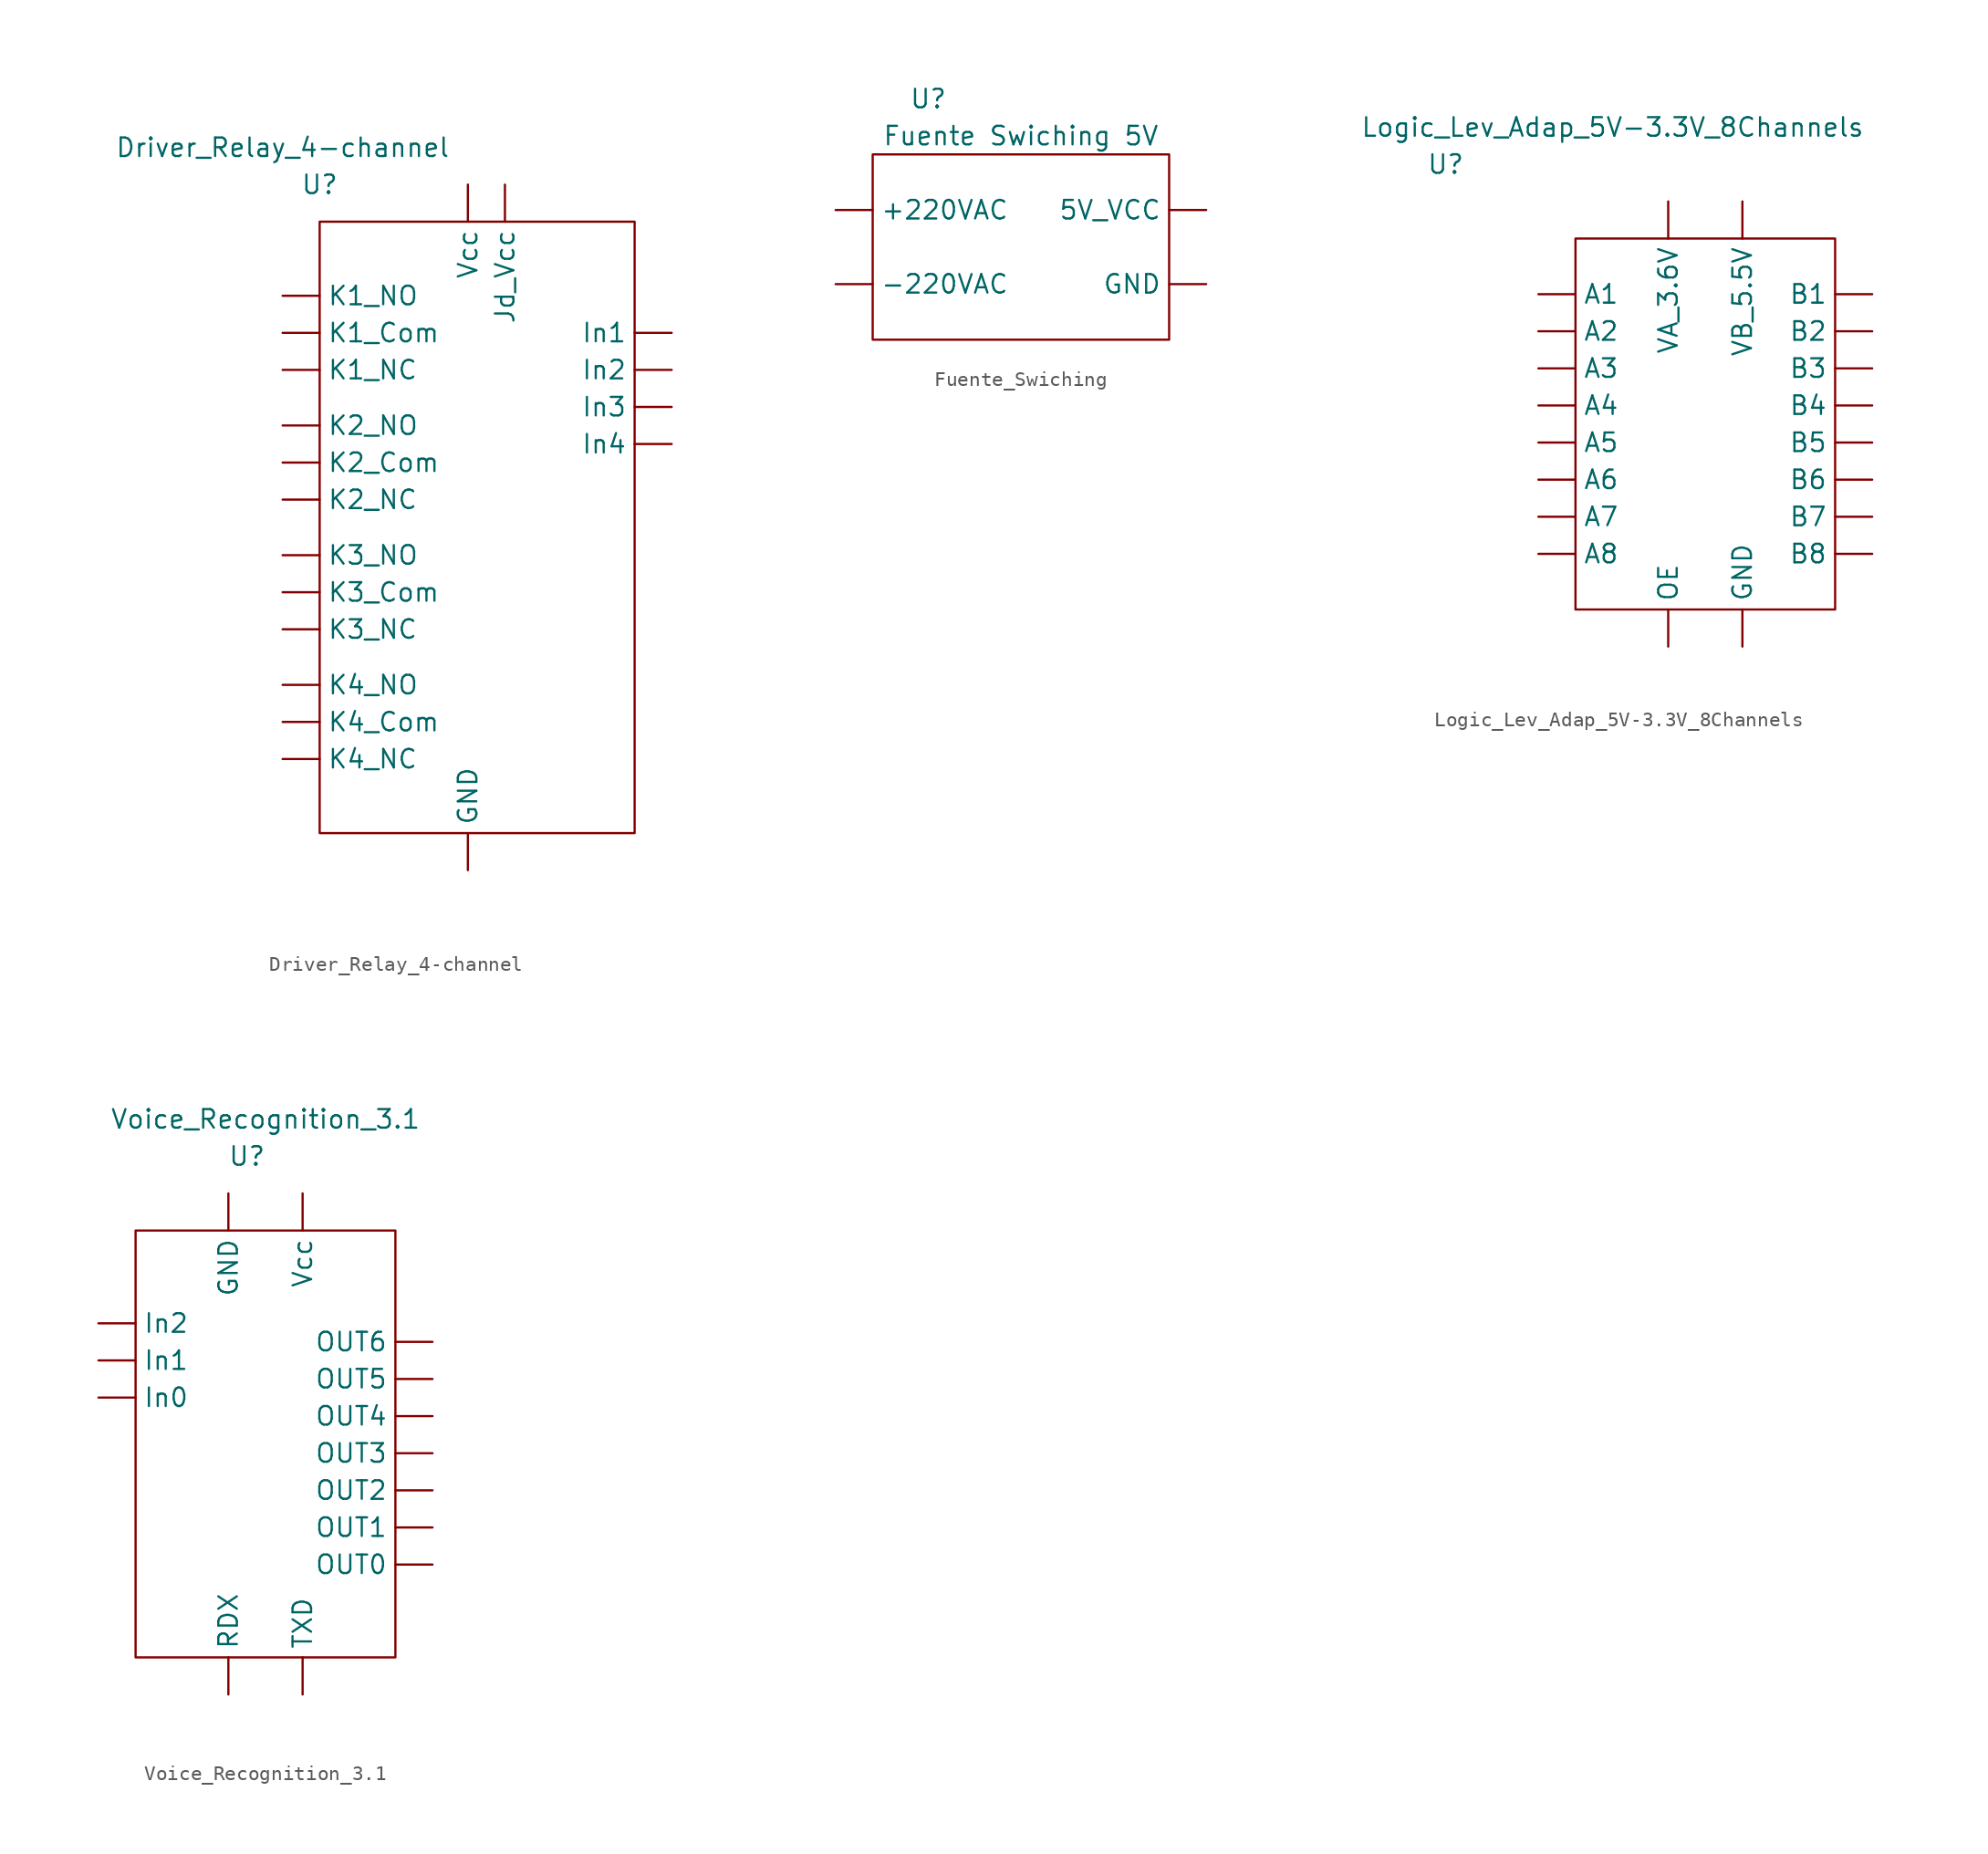
<source format=kicad_sym>
(kicad_symbol_lib
  (version 20220914)
  (generator kicad_symbol_editor)
  (symbol "Driver_Relay_4-channel"
    (property "Reference" "U"
      (at -10.16 22.86 0)
      (effects (font (size 1.27 1.27))))
    (property "Value" "Driver_Relay_4-channel"
      (at -12.7 25.4 0)
      (effects (font (size 1.27 1.27))))
    (symbol "Driver_Relay_4-channel_0_1"
      (rectangle (start -10.16 20.32) (end 11.43 -21.59) (stroke (width 0) (type default)) (fill (type none))))
    (symbol "Driver_Relay_4-channel_1_1"
      (pin power_in line (at 0 -24.13 90) (length 2.54) (name "GND" (effects (font (size 1.27 1.27)))) (number "" (effects (font (size 1.27 1.27)))))
      (pin input line (at 13.97 12.7 180) (length 2.54) (name "In1" (effects (font (size 1.27 1.27)))) (number "" (effects (font (size 1.27 1.27)))))
      (pin input line (at 13.97 10.16 180) (length 2.54) (name "In2" (effects (font (size 1.27 1.27)))) (number "" (effects (font (size 1.27 1.27)))))
      (pin input line (at 13.97 7.62 180) (length 2.54) (name "In3" (effects (font (size 1.27 1.27)))) (number "" (effects (font (size 1.27 1.27)))))
      (pin input line (at 13.97 5.08 180) (length 2.54) (name "In4" (effects (font (size 1.27 1.27)))) (number "" (effects (font (size 1.27 1.27)))))
      (pin power_in line (at 2.54 22.86 270) (length 2.54) (name "Jd_Vcc" (effects (font (size 1.27 1.27)))) (number "" (effects (font (size 1.27 1.27)))))
      (pin output line (at -12.7 12.7 0) (length 2.54) (name "K1_Com" (effects (font (size 1.27 1.27)))) (number "" (effects (font (size 1.27 1.27)))))
      (pin output line (at -12.7 10.16 0) (length 2.54) (name "K1_NC" (effects (font (size 1.27 1.27)))) (number "" (effects (font (size 1.27 1.27)))))
      (pin output line (at -12.7 15.24 0) (length 2.54) (name "K1_NO" (effects (font (size 1.27 1.27)))) (number "" (effects (font (size 1.27 1.27)))))
      (pin output line (at -12.7 3.81 0) (length 2.54) (name "K2_Com" (effects (font (size 1.27 1.27)))) (number "" (effects (font (size 1.27 1.27)))))
      (pin output line (at -12.7 1.27 0) (length 2.54) (name "K2_NC" (effects (font (size 1.27 1.27)))) (number "" (effects (font (size 1.27 1.27)))))
      (pin output line (at -12.7 6.35 0) (length 2.54) (name "K2_NO" (effects (font (size 1.27 1.27)))) (number "" (effects (font (size 1.27 1.27)))))
      (pin output line (at -12.7 -5.08 0) (length 2.54) (name "K3_Com" (effects (font (size 1.27 1.27)))) (number "" (effects (font (size 1.27 1.27)))))
      (pin output line (at -12.7 -7.62 0) (length 2.54) (name "K3_NC" (effects (font (size 1.27 1.27)))) (number "" (effects (font (size 1.27 1.27)))))
      (pin output line (at -12.7 -2.54 0) (length 2.54) (name "K3_NO" (effects (font (size 1.27 1.27)))) (number "" (effects (font (size 1.27 1.27)))))
      (pin output line (at -12.7 -13.97 0) (length 2.54) (name "K4_Com" (effects (font (size 1.27 1.27)))) (number "" (effects (font (size 1.27 1.27)))))
      (pin output line (at -12.7 -16.51 0) (length 2.54) (name "K4_NC" (effects (font (size 1.27 1.27)))) (number "" (effects (font (size 1.27 1.27)))))
      (pin output line (at -12.7 -11.43 0) (length 2.54) (name "K4_NO" (effects (font (size 1.27 1.27)))) (number "" (effects (font (size 1.27 1.27)))))
      (pin power_in line (at 0 22.86 270) (length 2.54) (name "Vcc" (effects (font (size 1.27 1.27)))) (number "" (effects (font (size 1.27 1.27)))))))
  (symbol "Fuente_Swiching"
    (property "Reference" "U"
      (at -6.35 10.16 0)
      (effects (font (size 1.27 1.27))))
    (property "Value" "Fuente Swiching 5V"
      (at 0 7.62 0)
      (effects (font (size 1.27 1.27))))
    (symbol "Fuente_Swiching_0_1"
      (rectangle (start -10.16 6.35) (end 10.16 -6.35) (stroke (width 0) (type default)) (fill (type none))))
    (symbol "Fuente_Swiching_1_1"
      (pin power_in line (at -12.7 2.54 0) (length 2.54) (name "+220VAC" (effects (font (size 1.27 1.27)))) (number "" (effects (font (size 1.27 1.27)))))
      (pin power_in line (at -12.7 -2.54 0) (length 2.54) (name "-220VAC" (effects (font (size 1.27 1.27)))) (number "" (effects (font (size 1.27 1.27)))))
      (pin power_out line (at 12.7 2.54 180) (length 2.54) (name "5V_VCC" (effects (font (size 1.27 1.27)))) (number "" (effects (font (size 1.27 1.27)))))
      (pin power_out line (at 12.7 -2.54 180) (length 2.54) (name "GND" (effects (font (size 1.27 1.27)))) (number "" (effects (font (size 1.27 1.27)))))))
  (symbol "Logic_Lev_Adap_5V-3.3V_8Channels"
    (property "Reference" "U"
      (at -17.78 -1.27 0)
      (effects (font (size 1.27 1.27))))
    (property "Value" "Logic_Lev_Adap_5V-3.3V_8Channels"
      (at -6.35 1.27 0)
      (effects (font (size 1.27 1.27))))
    (symbol "Logic_Lev_Adap_5V-3.3V_8Channels_0_1"
      (rectangle (start -8.89 -6.35) (end 8.89 -31.75) (stroke (width 0) (type default)) (fill (type none))))
    (symbol "Logic_Lev_Adap_5V-3.3V_8Channels_1_1"
      (pin bidirectional line (at -11.43 -10.16 0) (length 2.54) (name "A1" (effects (font (size 1.27 1.27)))) (number "" (effects (font (size 1.27 1.27)))))
      (pin bidirectional line (at -11.43 -12.7 0) (length 2.54) (name "A2" (effects (font (size 1.27 1.27)))) (number "" (effects (font (size 1.27 1.27)))))
      (pin bidirectional line (at -11.43 -15.24 0) (length 2.54) (name "A3" (effects (font (size 1.27 1.27)))) (number "" (effects (font (size 1.27 1.27)))))
      (pin bidirectional line (at -11.43 -17.78 0) (length 2.54) (name "A4" (effects (font (size 1.27 1.27)))) (number "" (effects (font (size 1.27 1.27)))))
      (pin bidirectional line (at -11.43 -20.32 0) (length 2.54) (name "A5" (effects (font (size 1.27 1.27)))) (number "" (effects (font (size 1.27 1.27)))))
      (pin bidirectional line (at -11.43 -22.86 0) (length 2.54) (name "A6" (effects (font (size 1.27 1.27)))) (number "" (effects (font (size 1.27 1.27)))))
      (pin bidirectional line (at -11.43 -25.4 0) (length 2.54) (name "A7" (effects (font (size 1.27 1.27)))) (number "" (effects (font (size 1.27 1.27)))))
      (pin bidirectional line (at -11.43 -27.94 0) (length 2.54) (name "A8" (effects (font (size 1.27 1.27)))) (number "" (effects (font (size 1.27 1.27)))))
      (pin bidirectional line (at 11.43 -10.16 180) (length 2.54) (name "B1" (effects (font (size 1.27 1.27)))) (number "" (effects (font (size 1.27 1.27)))))
      (pin bidirectional line (at 11.43 -12.7 180) (length 2.54) (name "B2" (effects (font (size 1.27 1.27)))) (number "" (effects (font (size 1.27 1.27)))))
      (pin bidirectional line (at 11.43 -15.24 180) (length 2.54) (name "B3" (effects (font (size 1.27 1.27)))) (number "" (effects (font (size 1.27 1.27)))))
      (pin bidirectional line (at 11.43 -17.78 180) (length 2.54) (name "B4" (effects (font (size 1.27 1.27)))) (number "" (effects (font (size 1.27 1.27)))))
      (pin bidirectional line (at 11.43 -20.32 180) (length 2.54) (name "B5" (effects (font (size 1.27 1.27)))) (number "" (effects (font (size 1.27 1.27)))))
      (pin bidirectional line (at 11.43 -22.86 180) (length 2.54) (name "B6" (effects (font (size 1.27 1.27)))) (number "" (effects (font (size 1.27 1.27)))))
      (pin bidirectional line (at 11.43 -25.4 180) (length 2.54) (name "B7" (effects (font (size 1.27 1.27)))) (number "" (effects (font (size 1.27 1.27)))))
      (pin bidirectional line (at 11.43 -27.94 180) (length 2.54) (name "B8" (effects (font (size 1.27 1.27)))) (number "" (effects (font (size 1.27 1.27)))))
      (pin power_in line (at 2.54 -34.29 90) (length 2.54) (name "GND" (effects (font (size 1.27 1.27)))) (number "" (effects (font (size 1.27 1.27)))))
      (pin output line (at -2.54 -34.29 90) (length 2.54) (name "OE" (effects (font (size 1.27 1.27)))) (number "" (effects (font (size 1.27 1.27)))))
      (pin power_in line (at -2.54 -3.81 270) (length 2.54) (name "VA_3.6V" (effects (font (size 1.27 1.27)))) (number "" (effects (font (size 1.27 1.27)))))
      (pin power_in line (at 2.54 -3.81 270) (length 2.54) (name "VB_5.5V" (effects (font (size 1.27 1.27)))) (number "" (effects (font (size 1.27 1.27)))))))
  (symbol "Voice_Recognition_3.1"
    (property "Reference" "U"
      (at -1.27 19.05 0)
      (effects (font (size 1.27 1.27))))
    (property "Value" "Voice_Recognition_3.1"
      (at 0 21.59 0)
      (effects (font (size 1.27 1.27))))
    (symbol "Voice_Recognition_3.1_0_1"
      (rectangle (start -8.89 13.97) (end 8.89 -15.24) (stroke (width 0) (type default)) (fill (type none))))
    (symbol "Voice_Recognition_3.1_1_1"
      (pin power_in line (at -2.54 16.51 270) (length 2.54) (name "GND" (effects (font (size 1.27 1.27)))) (number "" (effects (font (size 1.27 1.27)))))
      (pin input line (at -11.43 2.54 0) (length 2.54) (name "In0" (effects (font (size 1.27 1.27)))) (number "" (effects (font (size 1.27 1.27)))))
      (pin input line (at -11.43 5.08 0) (length 2.54) (name "In1" (effects (font (size 1.27 1.27)))) (number "" (effects (font (size 1.27 1.27)))))
      (pin input line (at -11.43 7.62 0) (length 2.54) (name "In2" (effects (font (size 1.27 1.27)))) (number "" (effects (font (size 1.27 1.27)))))
      (pin output line (at 11.43 -8.89 180) (length 2.54) (name "OUT0" (effects (font (size 1.27 1.27)))) (number "" (effects (font (size 1.27 1.27)))))
      (pin output line (at 11.43 -6.35 180) (length 2.54) (name "OUT1" (effects (font (size 1.27 1.27)))) (number "" (effects (font (size 1.27 1.27)))))
      (pin output line (at 11.43 -3.81 180) (length 2.54) (name "OUT2" (effects (font (size 1.27 1.27)))) (number "" (effects (font (size 1.27 1.27)))))
      (pin output line (at 11.43 -1.27 180) (length 2.54) (name "OUT3" (effects (font (size 1.27 1.27)))) (number "" (effects (font (size 1.27 1.27)))))
      (pin output line (at 11.43 1.27 180) (length 2.54) (name "OUT4" (effects (font (size 1.27 1.27)))) (number "" (effects (font (size 1.27 1.27)))))
      (pin output line (at 11.43 3.81 180) (length 2.54) (name "OUT5" (effects (font (size 1.27 1.27)))) (number "" (effects (font (size 1.27 1.27)))))
      (pin output line (at 11.43 6.35 180) (length 2.54) (name "OUT6" (effects (font (size 1.27 1.27)))) (number "" (effects (font (size 1.27 1.27)))))
      (pin input line (at -2.54 -17.78 90) (length 2.54) (name "RDX" (effects (font (size 1.27 1.27)))) (number "" (effects (font (size 1.27 1.27)))))
      (pin input line (at 2.54 -17.78 90) (length 2.54) (name "TXD" (effects (font (size 1.27 1.27)))) (number "" (effects (font (size 1.27 1.27)))))
      (pin power_in line (at 2.54 16.51 270) (length 2.54) (name "Vcc" (effects (font (size 1.27 1.27)))) (number "" (effects (font (size 1.27 1.27))))))))
</source>
